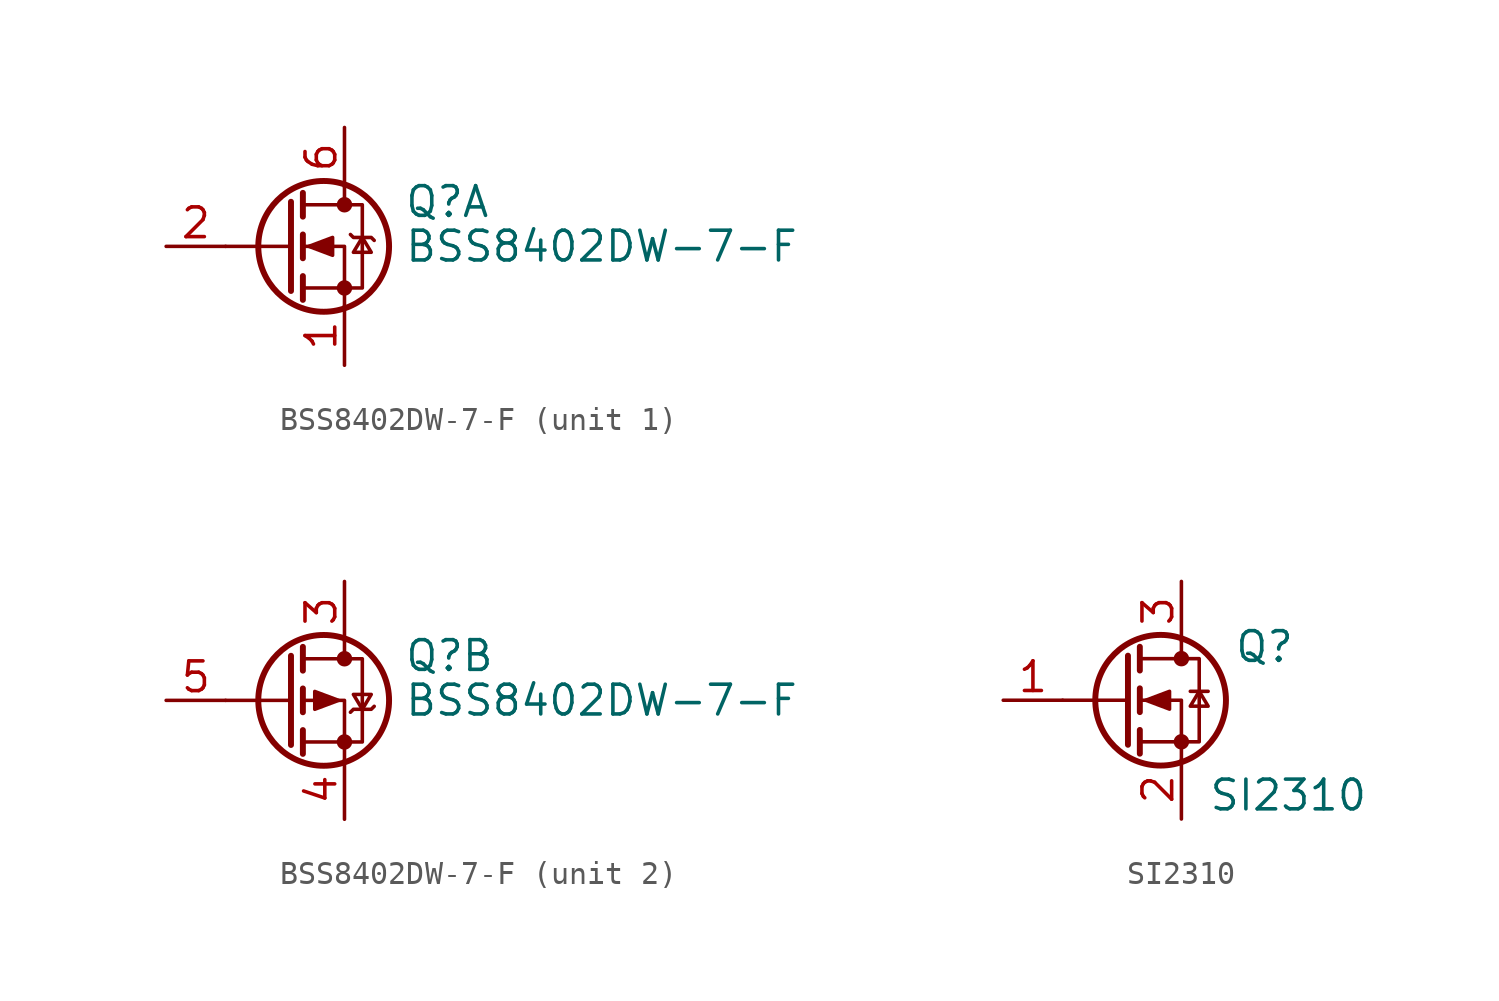
<source format=kicad_sym>
(kicad_symbol_lib
  (version 20231120)
  (generator "kicad_symbol_editor")
  (generator_version "8.0")
  (symbol "BSS8402DW-7-F"
    (pin_names hide)
    (property "Reference" "Q"
      (at 2.54 1.905 0)
      (effects (font (size 1.27 1.27)) (justify left)))
    (property "Value" "BSS8402DW-7-F"
      (at 2.54 0 0)
      (effects (font (size 1.27 1.27)) (justify left)))
    (symbol "BSS8402DW-7-F_0_1"
      (circle (center -0.889 0) (radius 2.794) (stroke (width 0.254) (type default)) (fill (type none)))
      (circle (center 0 -1.778) (radius 0.254) (stroke (width 0) (type default)) (fill (type outline)))
      (polyline (pts (xy -2.286 0) (xy -5.08 0)) (stroke (width 0) (type default)) (fill (type none)))
      (polyline (pts (xy -2.286 1.905) (xy -2.286 -1.905)) (stroke (width 0.254) (type default)) (fill (type none)))
      (polyline (pts (xy -1.778 -1.27) (xy -1.778 -2.286)) (stroke (width 0.254) (type default)) (fill (type none)))
      (polyline (pts (xy -1.778 0.508) (xy -1.778 -0.508)) (stroke (width 0.254) (type default)) (fill (type none)))
      (polyline (pts (xy -1.778 2.286) (xy -1.778 1.27)) (stroke (width 0.254) (type default)) (fill (type none)))
      (polyline (pts (xy 0 2.54) (xy 0 1.778)) (stroke (width 0) (type default)) (fill (type none)))
      (polyline (pts (xy 0 -2.54) (xy 0 0) (xy -1.778 0)) (stroke (width 0) (type default)) (fill (type none)))
      (polyline (pts (xy -1.778 -1.778) (xy 0.762 -1.778) (xy 0.762 1.778) (xy -1.778 1.778)) (stroke (width 0) (type default)) (fill (type none)))
      (circle (center 0 1.778) (radius 0.254) (stroke (width 0) (type default)) (fill (type outline))))
    (symbol "BSS8402DW-7-F_1_1"
      (polyline (pts (xy -1.524 0) (xy -0.508 0.381) (xy -0.508 -0.381) (xy -1.524 0)) (stroke (width 0) (type default)) (fill (type outline)))
      (polyline (pts (xy 0.254 0.508) (xy 0.381 0.381) (xy 1.143 0.381) (xy 1.27 0.254)) (stroke (width 0) (type default)) (fill (type none)))
      (polyline (pts (xy 0.762 0.381) (xy 0.381 -0.254) (xy 1.143 -0.254) (xy 0.762 0.381)) (stroke (width 0) (type default)) (fill (type none)))
      (pin passive line (at 0 -5.08 90) (length 2.54) (name "SN" (effects (font (size 1.27 1.27)))) (number "1" (effects (font (size 1.27 1.27)))))
      (pin passive line (at -7.62 0 0) (length 2.54) (name "GN" (effects (font (size 1.27 1.27)))) (number "2" (effects (font (size 1.27 1.27)))))
      (pin passive line (at 0 5.08 270) (length 2.54) (name "DN" (effects (font (size 1.27 1.27)))) (number "6" (effects (font (size 1.27 1.27))))))
    (symbol "BSS8402DW-7-F_2_1"
      (polyline (pts (xy -0.254 0) (xy -1.27 0.381) (xy -1.27 -0.381) (xy -0.254 0)) (stroke (width 0) (type default)) (fill (type outline)))
      (polyline (pts (xy 0.254 -0.508) (xy 0.381 -0.381) (xy 1.143 -0.381) (xy 1.27 -0.254)) (stroke (width 0) (type default)) (fill (type none)))
      (polyline (pts (xy 0.762 -0.381) (xy 0.381 0.254) (xy 1.143 0.254) (xy 0.762 -0.381)) (stroke (width 0) (type default)) (fill (type none)))
      (pin passive line (at 0 5.08 270) (length 2.54) (name "DP" (effects (font (size 1.27 1.27)))) (number "3" (effects (font (size 1.27 1.27)))))
      (pin passive line (at 0 -5.08 90) (length 2.54) (name "SP" (effects (font (size 1.27 1.27)))) (number "4" (effects (font (size 1.27 1.27)))))
      (pin passive line (at -7.62 0 0) (length 2.54) (name "GP" (effects (font (size 1.27 1.27)))) (number "5" (effects (font (size 1.27 1.27)))))))
  (symbol "SI2310"
    (pin_names
      (offset 0) hide)
    (property "Reference" "Q"
      (at 3.556 2.286 0)
      (effects (font (size 1.27 1.27))))
    (property "Value" "SI2310"
      (at 4.572 -4.064 0)
      (effects (font (size 1.27 1.27))))
    (symbol "SI2310_0_1"
      (circle (center -0.889 0) (radius 2.794) (stroke (width 0.254) (type default)) (fill (type none)))
      (circle (center 0 -1.778) (radius 0.254) (stroke (width 0) (type default)) (fill (type outline)))
      (polyline (pts (xy -2.286 0) (xy -5.08 0)) (stroke (width 0) (type default)) (fill (type none)))
      (polyline (pts (xy -2.286 1.905) (xy -2.286 -1.905)) (stroke (width 0.254) (type default)) (fill (type none)))
      (polyline (pts (xy -1.778 -1.27) (xy -1.778 -2.286)) (stroke (width 0.254) (type default)) (fill (type none)))
      (polyline (pts (xy -1.778 0.508) (xy -1.778 -0.508)) (stroke (width 0.254) (type default)) (fill (type none)))
      (polyline (pts (xy -1.778 2.286) (xy -1.778 1.27)) (stroke (width 0.254) (type default)) (fill (type none)))
      (polyline (pts (xy 0 2.54) (xy 0 1.778)) (stroke (width 0) (type default)) (fill (type none)))
      (polyline (pts (xy 0.381 0.381) (xy 1.143 0.381)) (stroke (width 0) (type default)) (fill (type none)))
      (polyline (pts (xy 0 -2.54) (xy 0 0) (xy -1.778 0)) (stroke (width 0) (type default)) (fill (type none)))
      (polyline (pts (xy -1.778 -1.778) (xy 0.762 -1.778) (xy 0.762 1.778) (xy -1.778 1.778)) (stroke (width 0) (type default)) (fill (type none)))
      (polyline (pts (xy -1.524 0) (xy -0.508 0.381) (xy -0.508 -0.381) (xy -1.524 0)) (stroke (width 0) (type default)) (fill (type outline)))
      (polyline (pts (xy 0.762 0.381) (xy 0.381 -0.254) (xy 1.143 -0.254) (xy 0.762 0.381)) (stroke (width 0) (type default)) (fill (type none)))
      (circle (center 0 1.778) (radius 0.254) (stroke (width 0) (type default)) (fill (type outline))))
    (symbol "SI2310_1_1"
      (pin input line (at -7.62 0 0) (length 2.54) (name "G" (effects (font (size 1.27 1.27)))) (number "1" (effects (font (size 1.27 1.27)))))
      (pin passive line (at 0 -5.08 90) (length 2.54) (name "S" (effects (font (size 1.27 1.27)))) (number "2" (effects (font (size 1.27 1.27)))))
      (pin passive line (at 0 5.08 270) (length 2.54) (name "D" (effects (font (size 1.27 1.27)))) (number "3" (effects (font (size 1.27 1.27))))))))
</source>
